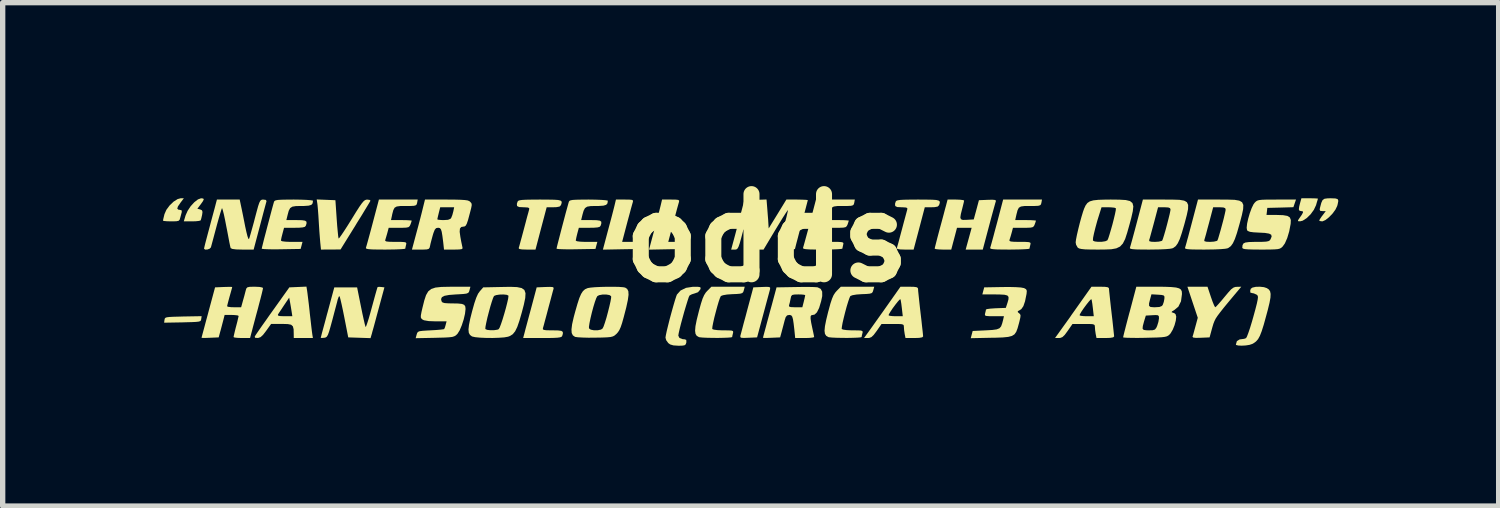
<source format=kicad_pcb>
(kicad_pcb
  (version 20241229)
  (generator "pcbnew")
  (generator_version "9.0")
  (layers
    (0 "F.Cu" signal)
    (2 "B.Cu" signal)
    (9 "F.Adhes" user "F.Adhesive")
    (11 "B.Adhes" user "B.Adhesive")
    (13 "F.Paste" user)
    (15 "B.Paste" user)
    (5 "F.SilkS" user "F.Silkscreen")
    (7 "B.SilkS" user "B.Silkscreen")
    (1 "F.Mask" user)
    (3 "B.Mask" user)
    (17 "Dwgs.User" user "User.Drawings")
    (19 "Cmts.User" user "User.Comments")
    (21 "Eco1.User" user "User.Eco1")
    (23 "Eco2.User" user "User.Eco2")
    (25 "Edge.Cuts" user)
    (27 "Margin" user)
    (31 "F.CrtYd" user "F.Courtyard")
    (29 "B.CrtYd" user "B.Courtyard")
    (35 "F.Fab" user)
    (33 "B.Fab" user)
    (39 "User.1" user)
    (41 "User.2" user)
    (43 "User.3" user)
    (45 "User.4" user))
  (footprint "odds"
    (layer "F.Cu")
    (at 11.297 1.404)
    (property "Reference" "odds" (at 0 0 0) (layer "F.SilkS") (effects (font (size 1.5 1.5) (thickness 0.3))))
    (attr board_only exclude_from_pos_files exclude_from_bom)
    (fp_poly (pts (xy -10.582 1.516) (xy -10.586 1.538) (xy -10.598 1.553) (xy -10.625 1.563) (xy -10.675 1.569) (xy -10.754 1.573) (xy -10.87 1.576) (xy -10.933 1.578) (xy -11.276 1.584) (xy -11.269 1.53) (xy -11.264 1.508) (xy -11.252 1.493) (xy -11.225 1.483) (xy -11.176 1.477) (xy -11.097 1.473) (xy -10.98 1.47) (xy -10.917 1.468) (xy -10.574 1.462)) (stroke (width 0) (type solid)) (fill yes) (layer "F.SilkS"))
    (fp_poly (pts (xy -10.544 -0.739) (xy -10.534 -0.722) (xy -10.554 -0.683) (xy -10.592 -0.63) (xy -10.654 -0.548) (xy -10.602 -0.535) (xy -10.568 -0.519) (xy -10.558 -0.488) (xy -10.565 -0.435) (xy -10.579 -0.373) (xy -10.591 -0.333) (xy -10.593 -0.33) (xy -10.621 -0.321) (xy -10.683 -0.314) (xy -10.756 -0.312) (xy -10.908 -0.312) (xy -10.874 -0.425) (xy -10.836 -0.51) (xy -10.779 -0.596) (xy -10.711 -0.67) (xy -10.643 -0.723) (xy -10.585 -0.744) (xy -10.584 -0.744)) (stroke (width 0) (type solid)) (fill yes) (layer "F.SilkS"))
    (fp_poly (pts (xy 0.044 0.916) (xy 0.063 0.927) (xy 0.063 0.95) (xy 0.06 0.964) (xy 0.049 1.005) (xy 0.028 1.083) (xy -0.001 1.19) (xy -0.035 1.317) (xy -0.068 1.439) (xy -0.181 1.859) (xy -0.343 1.866) (xy -0.429 1.869) (xy -0.476 1.866) (xy -0.494 1.855) (xy -0.494 1.832) (xy -0.491 1.818) (xy -0.48 1.778) (xy -0.459 1.699) (xy -0.431 1.592) (xy -0.396 1.465) (xy -0.364 1.343) (xy -0.251 0.923) (xy -0.089 0.916) (xy -0.003 0.913)) (stroke (width 0) (type solid)) (fill yes) (layer "F.SilkS"))
    (fp_poly (pts (xy -2.57 -0.719) (xy -2.522 -0.714) (xy -2.503 -0.702) (xy -2.504 -0.679) (xy -2.508 -0.666) (xy -2.52 -0.624) (xy -2.542 -0.545) (xy -2.57 -0.44) (xy -2.603 -0.319) (xy -2.616 -0.27) (xy -2.706 0.072) (xy -2.506 0.072) (xy -2.307 0.072) (xy -2.324 0.138) (xy -2.342 0.204) (xy -2.704 0.21) (xy -3.066 0.217) (xy -2.972 -0.137) (xy -2.936 -0.271) (xy -2.902 -0.399) (xy -2.874 -0.507) (xy -2.854 -0.586) (xy -2.849 -0.606) (xy -2.822 -0.72) (xy -2.657 -0.72)) (stroke (width 0) (type solid)) (fill yes) (layer "F.SilkS"))
    (fp_poly (pts (xy -1.707 -0.719) (xy -1.659 -0.714) (xy -1.64 -0.702) (xy -1.641 -0.679) (xy -1.645 -0.666) (xy -1.657 -0.624) (xy -1.679 -0.545) (xy -1.707 -0.44) (xy -1.74 -0.319) (xy -1.752 -0.27) (xy -1.843 0.072) (xy -1.643 0.072) (xy -1.443 0.072) (xy -1.461 0.138) (xy -1.478 0.204) (xy -1.841 0.21) (xy -2.203 0.217) (xy -2.108 -0.137) (xy -2.072 -0.271) (xy -2.039 -0.399) (xy -2.011 -0.507) (xy -1.991 -0.586) (xy -1.986 -0.606) (xy -1.959 -0.72) (xy -1.793 -0.72)) (stroke (width 0) (type solid)) (fill yes) (layer "F.SilkS"))
    (fp_poly (pts (xy 10.238 -0.743) (xy 10.293 -0.74) (xy 10.313 -0.738) (xy 10.307 -0.713) (xy 10.29 -0.658) (xy 10.278 -0.615) (xy 10.237 -0.528) (xy 10.175 -0.443) (xy 10.102 -0.372) (xy 10.029 -0.325) (xy 9.981 -0.313) (xy 9.942 -0.315) (xy 9.941 -0.333) (xy 9.963 -0.366) (xy 10.012 -0.437) (xy 10.034 -0.479) (xy 10.032 -0.498) (xy 10.006 -0.504) (xy 10.003 -0.504) (xy 9.969 -0.51) (xy 9.956 -0.536) (xy 9.963 -0.59) (xy 9.979 -0.654) (xy 10.004 -0.744) (xy 10.159 -0.744)) (stroke (width 0) (type solid)) (fill yes) (layer "F.SilkS"))
    (fp_poly (pts (xy -10.97 -0.661) (xy -11.018 -0.591) (xy -11.03 -0.549) (xy -11.007 -0.53) (xy -10.983 -0.528) (xy -10.947 -0.517) (xy -10.946 -0.486) (xy -10.961 -0.43) (xy -10.975 -0.378) (xy -10.986 -0.342) (xy -11.006 -0.322) (xy -11.048 -0.314) (xy -11.124 -0.312) (xy -11.144 -0.312) (xy -11.222 -0.314) (xy -11.278 -0.319) (xy -11.297 -0.325) (xy -11.292 -0.355) (xy -11.278 -0.413) (xy -11.27 -0.446) (xy -11.234 -0.528) (xy -11.173 -0.61) (xy -11.099 -0.681) (xy -11.023 -0.729) (xy -10.967 -0.744) (xy -10.907 -0.744)) (stroke (width 0) (type solid)) (fill yes) (layer "F.SilkS"))
    (fp_poly (pts (xy 10.638 -0.741) (xy 10.682 -0.729) (xy 10.695 -0.696) (xy 10.683 -0.634) (xy 10.674 -0.601) (xy 10.641 -0.532) (xy 10.586 -0.457) (xy 10.519 -0.388) (xy 10.453 -0.336) (xy 10.398 -0.312) (xy 10.392 -0.312) (xy 10.35 -0.318) (xy 10.337 -0.328) (xy 10.351 -0.355) (xy 10.384 -0.404) (xy 10.399 -0.423) (xy 10.46 -0.504) (xy 10.398 -0.504) (xy 10.355 -0.509) (xy 10.346 -0.536) (xy 10.353 -0.57) (xy 10.376 -0.658) (xy 10.4 -0.71) (xy 10.436 -0.735) (xy 10.496 -0.743) (xy 10.553 -0.744)) (stroke (width 0) (type solid)) (fill yes) (layer "F.SilkS"))
    (fp_poly (pts (xy 8.311 1.103) (xy 8.342 1.191) (xy 8.369 1.257) (xy 8.388 1.292) (xy 8.392 1.295) (xy 8.413 1.278) (xy 8.457 1.23) (xy 8.517 1.161) (xy 8.564 1.104) (xy 8.637 1.017) (xy 8.689 0.96) (xy 8.73 0.929) (xy 8.767 0.915) (xy 8.799 0.913) (xy 8.879 0.911) (xy 8.753 1.061) (xy 8.637 1.2) (xy 8.548 1.308) (xy 8.482 1.392) (xy 8.433 1.457) (xy 8.399 1.509) (xy 8.376 1.556) (xy 8.358 1.602) (xy 8.342 1.655) (xy 8.334 1.683) (xy 8.286 1.859) (xy 8.121 1.866) (xy 8.032 1.868) (xy 7.983 1.863) (xy 7.967 1.85) (xy 7.968 1.842) (xy 7.98 1.804) (xy 7.999 1.735) (xy 8.022 1.651) (xy 8.065 1.492) (xy 7.968 1.202) (xy 7.871 0.911) (xy 8.059 0.911) (xy 8.247 0.911)) (stroke (width 0) (type solid)) (fill yes) (layer "F.SilkS"))
    (fp_poly (pts (xy -4.007 0.917) (xy -3.989 0.928) (xy -3.989 0.95) (xy -3.99 0.952) (xy -4.001 0.99) (xy -4.021 1.065) (xy -4.048 1.167) (xy -4.08 1.285) (xy -4.089 1.319) (xy -4.121 1.44) (xy -4.15 1.547) (xy -4.172 1.63) (xy -4.186 1.679) (xy -4.188 1.685) (xy -4.189 1.706) (xy -4.173 1.718) (xy -4.129 1.725) (xy -4.05 1.727) (xy -4.007 1.727) (xy -3.905 1.729) (xy -3.843 1.737) (xy -3.816 1.757) (xy -3.815 1.791) (xy -3.828 1.833) (xy -3.84 1.848) (xy -3.868 1.858) (xy -3.918 1.865) (xy -3.998 1.869) (xy -4.114 1.871) (xy -4.2 1.871) (xy -4.558 1.871) (xy -4.544 1.817) (xy -4.533 1.777) (xy -4.513 1.699) (xy -4.484 1.592) (xy -4.45 1.465) (xy -4.417 1.343) (xy -4.305 0.923) (xy -4.141 0.916) (xy -4.055 0.914)) (stroke (width 0) (type solid)) (fill yes) (layer "F.SilkS"))
    (fp_poly (pts (xy -8.246 -0.715) (xy -8.071 -0.708) (xy -8.047 -0.356) (xy -8.038 -0.231) (xy -8.028 -0.124) (xy -8.02 -0.043) (xy -8.013 0.002) (xy -8.01 0.009) (xy -7.994 -0.007) (xy -7.958 -0.057) (xy -7.905 -0.136) (xy -7.84 -0.237) (xy -7.77 -0.349) (xy -7.689 -0.481) (xy -7.627 -0.578) (xy -7.581 -0.644) (xy -7.546 -0.686) (xy -7.518 -0.709) (xy -7.492 -0.718) (xy -7.475 -0.719) (xy -7.429 -0.713) (xy -7.415 -0.698) (xy -7.43 -0.672) (xy -7.466 -0.612) (xy -7.52 -0.523) (xy -7.587 -0.412) (xy -7.666 -0.286) (xy -7.699 -0.231) (xy -7.975 0.214) (xy -8.158 0.215) (xy -8.341 0.216) (xy -8.355 0.078) (xy -8.362 -0.007) (xy -8.371 -0.122) (xy -8.379 -0.247) (xy -8.383 -0.312) (xy -8.39 -0.426) (xy -8.398 -0.531) (xy -8.405 -0.611) (xy -8.409 -0.643) (xy -8.421 -0.722)) (stroke (width 0) (type solid)) (fill yes) (layer "F.SilkS"))
    (fp_poly (pts (xy -4.09 -0.719) (xy -3.979 -0.717) (xy -3.904 -0.712) (xy -3.859 -0.701) (xy -3.839 -0.684) (xy -3.837 -0.659) (xy -3.848 -0.624) (xy -3.852 -0.614) (xy -3.877 -0.589) (xy -3.934 -0.578) (xy -3.992 -0.576) (xy -4.118 -0.576) (xy -4.223 -0.18) (xy -4.327 0.216) (xy -4.489 0.216) (xy -4.58 0.213) (xy -4.629 0.205) (xy -4.642 0.189) (xy -4.641 0.186) (xy -4.631 0.153) (xy -4.612 0.083) (xy -4.585 -0.015) (xy -4.554 -0.131) (xy -4.544 -0.168) (xy -4.512 -0.289) (xy -4.484 -0.396) (xy -4.461 -0.478) (xy -4.448 -0.527) (xy -4.446 -0.534) (xy -4.445 -0.559) (xy -4.469 -0.571) (xy -4.526 -0.575) (xy -4.556 -0.576) (xy -4.634 -0.58) (xy -4.672 -0.599) (xy -4.676 -0.639) (xy -4.662 -0.682) (xy -4.651 -0.696) (xy -4.625 -0.706) (xy -4.578 -0.713) (xy -4.503 -0.717) (xy -4.393 -0.719) (xy -4.243 -0.72)) (stroke (width 0) (type solid)) (fill yes) (layer "F.SilkS"))
    (fp_poly (pts (xy 2.986 -0.719) (xy 3.097 -0.717) (xy 3.172 -0.712) (xy 3.216 -0.701) (xy 3.236 -0.684) (xy 3.238 -0.659) (xy 3.227 -0.624) (xy 3.223 -0.614) (xy 3.199 -0.589) (xy 3.142 -0.578) (xy 3.083 -0.576) (xy 2.957 -0.576) (xy 2.853 -0.18) (xy 2.748 0.216) (xy 2.586 0.216) (xy 2.496 0.213) (xy 2.447 0.205) (xy 2.434 0.189) (xy 2.435 0.186) (xy 2.444 0.153) (xy 2.464 0.083) (xy 2.49 -0.015) (xy 2.521 -0.131) (xy 2.531 -0.168) (xy 2.563 -0.289) (xy 2.592 -0.396) (xy 2.614 -0.478) (xy 2.627 -0.527) (xy 2.629 -0.534) (xy 2.63 -0.559) (xy 2.607 -0.571) (xy 2.549 -0.575) (xy 2.52 -0.576) (xy 2.441 -0.58) (xy 2.404 -0.599) (xy 2.4 -0.639) (xy 2.413 -0.682) (xy 2.424 -0.696) (xy 2.45 -0.706) (xy 2.497 -0.713) (xy 2.573 -0.717) (xy 2.682 -0.719) (xy 2.833 -0.72)) (stroke (width 0) (type solid)) (fill yes) (layer "F.SilkS"))
    (fp_poly (pts (xy -1.285 0.913) (xy -1.247 0.919) (xy -1.236 0.935) (xy -1.245 0.965) (xy -1.287 1.014) (xy -1.342 1.034) (xy -1.403 1.053) (xy -1.444 1.075) (xy -1.444 1.075) (xy -1.459 1.105) (xy -1.481 1.172) (xy -1.51 1.266) (xy -1.543 1.376) (xy -1.575 1.492) (xy -1.606 1.606) (xy -1.631 1.706) (xy -1.648 1.782) (xy -1.655 1.826) (xy -1.655 1.826) (xy -1.634 1.869) (xy -1.575 1.892) (xy -1.536 1.895) (xy -1.506 1.906) (xy -1.504 1.948) (xy -1.505 1.955) (xy -1.516 1.989) (xy -1.539 2.007) (xy -1.587 2.014) (xy -1.653 2.015) (xy -1.746 2.009) (xy -1.807 1.991) (xy -1.842 1.966) (xy -1.881 1.913) (xy -1.895 1.864) (xy -1.888 1.819) (xy -1.871 1.738) (xy -1.845 1.632) (xy -1.815 1.512) (xy -1.781 1.387) (xy -1.748 1.269) (xy -1.718 1.167) (xy -1.694 1.092) (xy -1.681 1.058) (xy -1.613 0.982) (xy -1.511 0.932) (xy -1.381 0.912) (xy -1.362 0.912)) (stroke (width 0) (type solid)) (fill yes) (layer "F.SilkS"))
    (fp_poly (pts (xy 9.303 0.919) (xy 9.357 0.937) (xy 9.394 0.962) (xy 9.418 0.996) (xy 9.428 1.045) (xy 9.425 1.115) (xy 9.407 1.213) (xy 9.375 1.345) (xy 9.343 1.463) (xy 9.299 1.623) (xy 9.261 1.743) (xy 9.227 1.83) (xy 9.193 1.892) (xy 9.154 1.936) (xy 9.108 1.969) (xy 9.086 1.981) (xy 9.032 1.999) (xy 8.961 2.01) (xy 8.885 2.014) (xy 8.822 2.011) (xy 8.783 2.001) (xy 8.778 1.993) (xy 8.797 1.928) (xy 8.848 1.897) (xy 8.871 1.894) (xy 8.932 1.886) (xy 8.968 1.873) (xy 8.985 1.844) (xy 9.011 1.776) (xy 9.044 1.679) (xy 9.08 1.56) (xy 9.105 1.472) (xy 9.144 1.33) (xy 9.17 1.228) (xy 9.185 1.157) (xy 9.191 1.112) (xy 9.188 1.084) (xy 9.176 1.067) (xy 9.169 1.061) (xy 9.115 1.036) (xy 9.086 1.031) (xy 9.049 1.021) (xy 9.046 0.984) (xy 9.057 0.949) (xy 9.088 0.927) (xy 9.151 0.913) (xy 9.228 0.911)) (stroke (width 0) (type solid)) (fill yes) (layer "F.SilkS"))
    (fp_poly (pts (xy 3.618 -0.717) (xy 3.674 -0.71) (xy 3.693 -0.702) (xy 3.687 -0.67) (xy 3.672 -0.608) (xy 3.658 -0.552) (xy 3.632 -0.45) (xy 3.622 -0.386) (xy 3.633 -0.352) (xy 3.668 -0.339) (xy 3.73 -0.34) (xy 3.747 -0.341) (xy 3.873 -0.348) (xy 3.922 -0.528) (xy 3.97 -0.708) (xy 4.135 -0.715) (xy 4.223 -0.717) (xy 4.272 -0.712) (xy 4.288 -0.7) (xy 4.287 -0.689) (xy 4.277 -0.657) (xy 4.257 -0.585) (xy 4.229 -0.484) (xy 4.195 -0.359) (xy 4.158 -0.22) (xy 4.042 0.216) (xy 3.882 0.216) (xy 3.722 0.216) (xy 3.778 0.012) (xy 3.834 -0.192) (xy 3.697 -0.192) (xy 3.56 -0.192) (xy 3.53 -0.078) (xy 3.506 0.013) (xy 3.482 0.102) (xy 3.476 0.126) (xy 3.452 0.216) (xy 3.297 0.216) (xy 3.218 0.213) (xy 3.162 0.207) (xy 3.142 0.198) (xy 3.148 0.17) (xy 3.165 0.103) (xy 3.189 0.008) (xy 3.22 -0.109) (xy 3.239 -0.18) (xy 3.275 -0.312) (xy 3.308 -0.435) (xy 3.335 -0.538) (xy 3.355 -0.61) (xy 3.36 -0.63) (xy 3.384 -0.72) (xy 3.539 -0.72)) (stroke (width 0) (type solid)) (fill yes) (layer "F.SilkS"))
    (fp_poly (pts (xy -0.429 0.977) (xy -0.44 1.01) (xy -0.459 1.03) (xy -0.496 1.041) (xy -0.561 1.047) (xy -0.641 1.05) (xy -0.744 1.057) (xy -0.819 1.07) (xy -0.858 1.085) (xy -0.859 1.086) (xy -0.876 1.122) (xy -0.9 1.192) (xy -0.927 1.284) (xy -0.955 1.388) (xy -0.982 1.492) (xy -1.003 1.586) (xy -1.017 1.659) (xy -1.02 1.7) (xy -1.019 1.703) (xy -0.99 1.714) (xy -0.925 1.723) (xy -0.837 1.727) (xy -0.811 1.727) (xy -0.716 1.728) (xy -0.66 1.731) (xy -0.633 1.741) (xy -0.628 1.759) (xy -0.632 1.781) (xy -0.644 1.831) (xy -0.647 1.853) (xy -0.67 1.859) (xy -0.729 1.864) (xy -0.815 1.867) (xy -0.916 1.869) (xy -1.022 1.868) (xy -1.121 1.866) (xy -1.204 1.862) (xy -1.259 1.856) (xy -1.271 1.853) (xy -1.31 1.83) (xy -1.333 1.793) (xy -1.341 1.735) (xy -1.334 1.65) (xy -1.311 1.533) (xy -1.272 1.377) (xy -1.267 1.357) (xy -1.231 1.227) (xy -1.201 1.134) (xy -1.172 1.069) (xy -1.141 1.02) (xy -1.113 0.989) (xy -1.036 0.911) (xy -0.724 0.911) (xy -0.412 0.911)) (stroke (width 0) (type solid)) (fill yes) (layer "F.SilkS"))
    (fp_poly (pts (xy 1.993 0.977) (xy 1.982 1.01) (xy 1.964 1.03) (xy 1.927 1.041) (xy 1.861 1.047) (xy 1.781 1.05) (xy 1.679 1.057) (xy 1.603 1.07) (xy 1.565 1.085) (xy 1.564 1.086) (xy 1.547 1.122) (xy 1.523 1.192) (xy 1.495 1.284) (xy 1.467 1.388) (xy 1.441 1.492) (xy 1.419 1.586) (xy 1.406 1.659) (xy 1.402 1.7) (xy 1.403 1.703) (xy 1.433 1.714) (xy 1.497 1.723) (xy 1.585 1.727) (xy 1.611 1.727) (xy 1.707 1.728) (xy 1.763 1.731) (xy 1.789 1.741) (xy 1.795 1.759) (xy 1.79 1.781) (xy 1.778 1.831) (xy 1.775 1.853) (xy 1.753 1.859) (xy 1.693 1.864) (xy 1.608 1.867) (xy 1.507 1.869) (xy 1.401 1.868) (xy 1.301 1.866) (xy 1.219 1.862) (xy 1.164 1.856) (xy 1.151 1.853) (xy 1.113 1.83) (xy 1.089 1.793) (xy 1.081 1.735) (xy 1.089 1.65) (xy 1.112 1.533) (xy 1.15 1.377) (xy 1.156 1.357) (xy 1.191 1.227) (xy 1.222 1.134) (xy 1.25 1.069) (xy 1.282 1.02) (xy 1.309 0.989) (xy 1.386 0.911) (xy 1.698 0.911) (xy 2.011 0.911)) (stroke (width 0) (type solid)) (fill yes) (layer "F.SilkS"))
    (fp_poly (pts (xy -8.6 0.988) (xy -8.593 1.041) (xy -8.582 1.13) (xy -8.568 1.244) (xy -8.554 1.371) (xy -8.551 1.403) (xy -8.536 1.531) (xy -8.523 1.646) (xy -8.512 1.738) (xy -8.504 1.797) (xy -8.503 1.805) (xy -8.492 1.871) (xy -8.671 1.871) (xy -8.85 1.871) (xy -8.851 1.793) (xy -8.853 1.706) (xy -8.867 1.652) (xy -8.9 1.622) (xy -8.961 1.61) (xy -9.061 1.607) (xy -9.077 1.607) (xy -9.274 1.607) (xy -9.368 1.738) (xy -9.426 1.813) (xy -9.471 1.854) (xy -9.514 1.869) (xy -9.529 1.87) (xy -9.574 1.866) (xy -9.581 1.847) (xy -9.572 1.829) (xy -9.552 1.798) (xy -9.508 1.734) (xy -9.445 1.643) (xy -9.367 1.533) (xy -9.297 1.433) (xy -9.147 1.433) (xy -9.145 1.45) (xy -9.11 1.46) (xy -9.033 1.463) (xy -9.021 1.463) (xy -8.877 1.463) (xy -8.891 1.373) (xy -8.905 1.286) (xy -8.92 1.2) (xy -8.92 1.199) (xy -8.936 1.115) (xy -9.033 1.259) (xy -9.083 1.335) (xy -9.124 1.396) (xy -9.147 1.432) (xy -9.147 1.433) (xy -9.297 1.433) (xy -9.279 1.408) (xy -9.241 1.355) (xy -8.933 0.923) (xy -8.773 0.916) (xy -8.613 0.909)) (stroke (width 0) (type solid)) (fill yes) (layer "F.SilkS"))
    (fp_poly (pts (xy -8.72 -0.718) (xy -8.613 -0.714) (xy -8.536 -0.708) (xy -8.495 -0.701) (xy -8.491 -0.698) (xy -8.497 -0.65) (xy -8.521 -0.621) (xy -8.572 -0.606) (xy -8.659 -0.6) (xy -8.706 -0.6) (xy -8.81 -0.598) (xy -8.877 -0.587) (xy -8.918 -0.56) (xy -8.944 -0.511) (xy -8.964 -0.438) (xy -8.989 -0.336) (xy -8.8 -0.336) (xy -8.699 -0.334) (xy -8.639 -0.325) (xy -8.612 -0.305) (xy -8.612 -0.269) (xy -8.625 -0.23) (xy -8.642 -0.21) (xy -8.682 -0.199) (xy -8.752 -0.193) (xy -8.836 -0.192) (xy -9.032 -0.192) (xy -9.061 -0.084) (xy -9.079 -0.014) (xy -9.089 0.037) (xy -9.09 0.048) (xy -9.068 0.06) (xy -9.007 0.068) (xy -8.916 0.072) (xy -8.888 0.072) (xy -8.687 0.072) (xy -8.704 0.138) (xy -8.722 0.204) (xy -9.086 0.21) (xy -9.212 0.212) (xy -9.319 0.21) (xy -9.399 0.207) (xy -9.444 0.202) (xy -9.45 0.199) (xy -9.444 0.172) (xy -9.428 0.107) (xy -9.405 0.015) (xy -9.375 -0.098) (xy -9.343 -0.221) (xy -9.31 -0.345) (xy -9.279 -0.463) (xy -9.252 -0.564) (xy -9.231 -0.64) (xy -9.22 -0.678) (xy -9.21 -0.694) (xy -9.189 -0.705) (xy -9.148 -0.713) (xy -9.081 -0.717) (xy -8.979 -0.719) (xy -8.849 -0.72)) (stroke (width 0) (type solid)) (fill yes) (layer "F.SilkS"))
    (fp_poly (pts (xy -7.213 0.916) (xy -7.154 0.923) (xy -7.258 1.307) (xy -7.295 1.443) (xy -7.329 1.57) (xy -7.358 1.677) (xy -7.38 1.754) (xy -7.387 1.782) (xy -7.414 1.873) (xy -7.622 1.866) (xy -7.831 1.859) (xy -7.905 1.481) (xy -7.931 1.352) (xy -7.955 1.24) (xy -7.975 1.154) (xy -7.989 1.101) (xy -7.994 1.088) (xy -8.009 1.098) (xy -8.025 1.141) (xy -8.026 1.142) (xy -8.038 1.191) (xy -8.06 1.274) (xy -8.089 1.383) (xy -8.121 1.505) (xy -8.129 1.535) (xy -8.164 1.663) (xy -8.19 1.753) (xy -8.211 1.81) (xy -8.23 1.843) (xy -8.25 1.859) (xy -8.275 1.866) (xy -8.281 1.866) (xy -8.328 1.87) (xy -8.346 1.866) (xy -8.339 1.842) (xy -8.323 1.778) (xy -8.297 1.683) (xy -8.264 1.562) (xy -8.227 1.422) (xy -8.218 1.391) (xy -8.092 0.923) (xy -7.879 0.923) (xy -7.665 0.923) (xy -7.592 1.287) (xy -7.566 1.414) (xy -7.542 1.523) (xy -7.523 1.606) (xy -7.509 1.656) (xy -7.505 1.665) (xy -7.495 1.648) (xy -7.475 1.592) (xy -7.447 1.504) (xy -7.415 1.391) (xy -7.391 1.303) (xy -7.356 1.175) (xy -7.326 1.066) (xy -7.302 0.981) (xy -7.286 0.929) (xy -7.281 0.917) (xy -7.253 0.913)) (stroke (width 0) (type solid)) (fill yes) (layer "F.SilkS"))
    (fp_poly (pts (xy -3.204 -0.718) (xy -3.097 -0.714) (xy -3.019 -0.708) (xy -2.978 -0.701) (xy -2.974 -0.698) (xy -2.98 -0.65) (xy -3.005 -0.621) (xy -3.056 -0.606) (xy -3.142 -0.6) (xy -3.19 -0.6) (xy -3.294 -0.598) (xy -3.361 -0.587) (xy -3.401 -0.56) (xy -3.427 -0.511) (xy -3.448 -0.438) (xy -3.473 -0.336) (xy -3.283 -0.336) (xy -3.182 -0.334) (xy -3.122 -0.325) (xy -3.096 -0.305) (xy -3.096 -0.269) (xy -3.109 -0.23) (xy -3.126 -0.21) (xy -3.165 -0.199) (xy -3.236 -0.193) (xy -3.319 -0.192) (xy -3.516 -0.192) (xy -3.545 -0.084) (xy -3.562 -0.014) (xy -3.572 0.037) (xy -3.574 0.048) (xy -3.551 0.06) (xy -3.49 0.068) (xy -3.4 0.072) (xy -3.372 0.072) (xy -3.17 0.072) (xy -3.188 0.138) (xy -3.205 0.204) (xy -3.569 0.21) (xy -3.695 0.212) (xy -3.802 0.21) (xy -3.882 0.207) (xy -3.927 0.202) (xy -3.933 0.199) (xy -3.928 0.172) (xy -3.912 0.107) (xy -3.888 0.015) (xy -3.859 -0.098) (xy -3.827 -0.221) (xy -3.794 -0.345) (xy -3.763 -0.463) (xy -3.735 -0.564) (xy -3.714 -0.64) (xy -3.703 -0.678) (xy -3.694 -0.694) (xy -3.672 -0.705) (xy -3.632 -0.713) (xy -3.564 -0.717) (xy -3.463 -0.719) (xy -3.332 -0.72)) (stroke (width 0) (type solid)) (fill yes) (layer "F.SilkS"))
    (fp_poly (pts (xy 2.754 0.913) (xy 2.804 0.92) (xy 2.826 0.934) (xy 2.831 0.953) (xy 2.833 0.99) (xy 2.841 1.066) (xy 2.852 1.172) (xy 2.866 1.299) (xy 2.878 1.403) (xy 2.894 1.539) (xy 2.907 1.66) (xy 2.918 1.756) (xy 2.924 1.819) (xy 2.926 1.841) (xy 2.908 1.858) (xy 2.851 1.868) (xy 2.761 1.871) (xy 2.596 1.871) (xy 2.581 1.796) (xy 2.57 1.722) (xy 2.566 1.664) (xy 2.564 1.637) (xy 2.552 1.62) (xy 2.519 1.611) (xy 2.458 1.608) (xy 2.357 1.608) (xy 2.357 1.608) (xy 2.147 1.609) (xy 2.056 1.74) (xy 2.001 1.813) (xy 1.959 1.853) (xy 1.919 1.869) (xy 1.892 1.871) (xy 1.82 1.871) (xy 1.92 1.733) (xy 1.968 1.666) (xy 2.036 1.57) (xy 2.118 1.455) (xy 2.125 1.445) (xy 2.279 1.445) (xy 2.3 1.455) (xy 2.356 1.461) (xy 2.412 1.463) (xy 2.545 1.463) (xy 2.528 1.313) (xy 2.518 1.232) (xy 2.508 1.17) (xy 2.501 1.144) (xy 2.484 1.154) (xy 2.449 1.193) (xy 2.404 1.25) (xy 2.356 1.315) (xy 2.315 1.377) (xy 2.286 1.425) (xy 2.279 1.445) (xy 2.125 1.445) (xy 2.206 1.331) (xy 2.261 1.253) (xy 2.502 0.911) (xy 2.666 0.911)) (stroke (width 0) (type solid)) (fill yes) (layer "F.SilkS"))
    (fp_poly (pts (xy 6.328 0.913) (xy 6.378 0.92) (xy 6.4 0.934) (xy 6.404 0.953) (xy 6.407 0.99) (xy 6.415 1.066) (xy 6.426 1.172) (xy 6.44 1.299) (xy 6.452 1.403) (xy 6.468 1.539) (xy 6.481 1.66) (xy 6.491 1.756) (xy 6.498 1.819) (xy 6.5 1.841) (xy 6.482 1.858) (xy 6.425 1.868) (xy 6.335 1.871) (xy 6.17 1.871) (xy 6.155 1.796) (xy 6.144 1.722) (xy 6.14 1.664) (xy 6.138 1.637) (xy 6.125 1.62) (xy 6.093 1.611) (xy 6.031 1.608) (xy 5.931 1.608) (xy 5.93 1.608) (xy 5.72 1.609) (xy 5.629 1.74) (xy 5.575 1.813) (xy 5.533 1.853) (xy 5.492 1.869) (xy 5.466 1.871) (xy 5.394 1.871) (xy 5.493 1.733) (xy 5.541 1.666) (xy 5.61 1.57) (xy 5.692 1.455) (xy 5.698 1.445) (xy 5.853 1.445) (xy 5.874 1.455) (xy 5.93 1.461) (xy 5.985 1.463) (xy 6.119 1.463) (xy 6.102 1.313) (xy 6.092 1.232) (xy 6.082 1.17) (xy 6.075 1.144) (xy 6.058 1.154) (xy 6.023 1.193) (xy 5.978 1.25) (xy 5.93 1.315) (xy 5.888 1.377) (xy 5.86 1.425) (xy 5.853 1.445) (xy 5.698 1.445) (xy 5.779 1.331) (xy 5.834 1.253) (xy 6.076 0.911) (xy 6.24 0.911)) (stroke (width 0) (type solid)) (fill yes) (layer "F.SilkS"))
    (fp_poly (pts (xy 7.596 -0.719) (xy 7.722 -0.715) (xy 7.81 -0.7) (xy 7.862 -0.67) (xy 7.885 -0.619) (xy 7.883 -0.541) (xy 7.86 -0.432) (xy 7.821 -0.284) (xy 7.811 -0.248) (xy 7.766 -0.094) (xy 7.728 0.019) (xy 7.691 0.098) (xy 7.653 0.151) (xy 7.61 0.183) (xy 7.588 0.193) (xy 7.544 0.201) (xy 7.462 0.208) (xy 7.351 0.213) (xy 7.223 0.215) (xy 7.155 0.216) (xy 7.012 0.215) (xy 6.91 0.213) (xy 6.844 0.208) (xy 6.808 0.201) (xy 6.795 0.19) (xy 6.795 0.182) (xy 6.805 0.149) (xy 6.825 0.078) (xy 6.836 0.039) (xy 7.155 0.039) (xy 7.159 0.059) (xy 7.195 0.069) (xy 7.263 0.072) (xy 7.336 0.067) (xy 7.387 0.055) (xy 7.4 0.047) (xy 7.414 0.011) (xy 7.436 -0.06) (xy 7.463 -0.153) (xy 7.491 -0.257) (xy 7.517 -0.359) (xy 7.539 -0.448) (xy 7.552 -0.511) (xy 7.555 -0.534) (xy 7.546 -0.559) (xy 7.513 -0.572) (xy 7.443 -0.576) (xy 7.438 -0.576) (xy 7.322 -0.576) (xy 7.245 -0.285) (xy 7.214 -0.171) (xy 7.187 -0.072) (xy 7.167 0.001) (xy 7.155 0.038) (xy 7.155 0.039) (xy 6.836 0.039) (xy 6.853 -0.024) (xy 6.887 -0.149) (xy 6.923 -0.285) (xy 7.038 -0.72) (xy 7.427 -0.72)) (stroke (width 0) (type solid)) (fill yes) (layer "F.SilkS"))
    (fp_poly (pts (xy 8.628 -0.719) (xy 8.754 -0.715) (xy 8.841 -0.7) (xy 8.894 -0.67) (xy 8.917 -0.619) (xy 8.914 -0.541) (xy 8.891 -0.432) (xy 8.852 -0.284) (xy 8.842 -0.248) (xy 8.798 -0.094) (xy 8.759 0.019) (xy 8.722 0.098) (xy 8.684 0.151) (xy 8.641 0.183) (xy 8.62 0.193) (xy 8.575 0.201) (xy 8.493 0.208) (xy 8.383 0.213) (xy 8.254 0.215) (xy 8.187 0.216) (xy 8.043 0.215) (xy 7.941 0.213) (xy 7.875 0.208) (xy 7.839 0.201) (xy 7.826 0.19) (xy 7.827 0.182) (xy 7.837 0.149) (xy 7.857 0.078) (xy 7.867 0.039) (xy 8.186 0.039) (xy 8.19 0.059) (xy 8.227 0.069) (xy 8.295 0.072) (xy 8.367 0.067) (xy 8.418 0.055) (xy 8.432 0.047) (xy 8.446 0.011) (xy 8.467 -0.06) (xy 8.494 -0.153) (xy 8.522 -0.257) (xy 8.549 -0.359) (xy 8.57 -0.448) (xy 8.584 -0.511) (xy 8.586 -0.534) (xy 8.578 -0.559) (xy 8.544 -0.572) (xy 8.474 -0.576) (xy 8.47 -0.576) (xy 8.353 -0.576) (xy 8.276 -0.285) (xy 8.245 -0.171) (xy 8.219 -0.072) (xy 8.198 0.001) (xy 8.187 0.038) (xy 8.186 0.039) (xy 7.867 0.039) (xy 7.885 -0.024) (xy 7.918 -0.149) (xy 7.954 -0.285) (xy 8.069 -0.72) (xy 8.458 -0.72)) (stroke (width 0) (type solid)) (fill yes) (layer "F.SilkS"))
    (fp_poly (pts (xy -6.542 -0.66) (xy -6.55 -0.63) (xy -6.567 -0.613) (xy -6.602 -0.603) (xy -6.667 -0.6) (xy -6.755 -0.6) (xy -6.858 -0.599) (xy -6.924 -0.59) (xy -6.964 -0.567) (xy -6.988 -0.521) (xy -7.008 -0.445) (xy -7.014 -0.414) (xy -7.031 -0.336) (xy -6.838 -0.336) (xy -6.748 -0.335) (xy -6.68 -0.331) (xy -6.646 -0.327) (xy -6.644 -0.325) (xy -6.651 -0.298) (xy -6.667 -0.253) (xy -6.682 -0.223) (xy -6.703 -0.204) (xy -6.744 -0.195) (xy -6.813 -0.192) (xy -6.882 -0.192) (xy -7.074 -0.192) (xy -7.1 -0.094) (xy -7.12 -0.025) (xy -7.136 0.029) (xy -7.139 0.037) (xy -7.138 0.054) (xy -7.113 0.065) (xy -7.057 0.07) (xy -6.961 0.072) (xy -6.943 0.072) (xy -6.843 0.072) (xy -6.782 0.076) (xy -6.752 0.084) (xy -6.744 0.1) (xy -6.748 0.125) (xy -6.749 0.126) (xy -6.76 0.176) (xy -6.763 0.198) (xy -6.786 0.204) (xy -6.849 0.209) (xy -6.943 0.213) (xy -7.061 0.215) (xy -7.138 0.216) (xy -7.282 0.215) (xy -7.384 0.213) (xy -7.45 0.208) (xy -7.487 0.201) (xy -7.5 0.19) (xy -7.5 0.182) (xy -7.49 0.149) (xy -7.47 0.078) (xy -7.442 -0.024) (xy -7.408 -0.149) (xy -7.372 -0.285) (xy -7.257 -0.72) (xy -6.894 -0.72) (xy -6.531 -0.72)) (stroke (width 0) (type solid)) (fill yes) (layer "F.SilkS"))
    (fp_poly (pts (xy 1.637 -0.66) (xy 1.629 -0.63) (xy 1.612 -0.613) (xy 1.577 -0.603) (xy 1.512 -0.6) (xy 1.424 -0.6) (xy 1.321 -0.599) (xy 1.255 -0.59) (xy 1.215 -0.567) (xy 1.191 -0.521) (xy 1.171 -0.445) (xy 1.164 -0.414) (xy 1.147 -0.336) (xy 1.341 -0.336) (xy 1.431 -0.335) (xy 1.498 -0.331) (xy 1.533 -0.327) (xy 1.535 -0.325) (xy 1.527 -0.298) (xy 1.512 -0.253) (xy 1.497 -0.223) (xy 1.476 -0.204) (xy 1.435 -0.195) (xy 1.366 -0.192) (xy 1.297 -0.192) (xy 1.105 -0.192) (xy 1.079 -0.094) (xy 1.059 -0.025) (xy 1.043 0.029) (xy 1.039 0.037) (xy 1.041 0.054) (xy 1.066 0.065) (xy 1.122 0.07) (xy 1.218 0.072) (xy 1.235 0.072) (xy 1.336 0.072) (xy 1.396 0.076) (xy 1.427 0.084) (xy 1.435 0.1) (xy 1.43 0.125) (xy 1.43 0.126) (xy 1.419 0.176) (xy 1.415 0.198) (xy 1.393 0.204) (xy 1.33 0.209) (xy 1.236 0.213) (xy 1.118 0.215) (xy 1.041 0.216) (xy 0.897 0.215) (xy 0.795 0.213) (xy 0.728 0.208) (xy 0.692 0.201) (xy 0.679 0.19) (xy 0.679 0.182) (xy 0.689 0.149) (xy 0.709 0.078) (xy 0.737 -0.024) (xy 0.771 -0.149) (xy 0.807 -0.285) (xy 0.921 -0.72) (xy 1.285 -0.72) (xy 1.648 -0.72)) (stroke (width 0) (type solid)) (fill yes) (layer "F.SilkS"))
    (fp_poly (pts (xy 5.139 -0.66) (xy 5.131 -0.63) (xy 5.114 -0.613) (xy 5.079 -0.603) (xy 5.014 -0.6) (xy 4.926 -0.6) (xy 4.822 -0.599) (xy 4.756 -0.59) (xy 4.717 -0.567) (xy 4.693 -0.521) (xy 4.673 -0.445) (xy 4.666 -0.414) (xy 4.649 -0.336) (xy 4.843 -0.336) (xy 4.933 -0.335) (xy 5 -0.331) (xy 5.035 -0.327) (xy 5.037 -0.325) (xy 5.029 -0.298) (xy 5.013 -0.253) (xy 4.999 -0.223) (xy 4.977 -0.204) (xy 4.937 -0.195) (xy 4.867 -0.192) (xy 4.798 -0.192) (xy 4.607 -0.192) (xy 4.581 -0.094) (xy 4.561 -0.025) (xy 4.544 0.029) (xy 4.541 0.037) (xy 4.543 0.054) (xy 4.568 0.065) (xy 4.624 0.07) (xy 4.72 0.072) (xy 4.737 0.072) (xy 4.837 0.072) (xy 4.898 0.076) (xy 4.928 0.084) (xy 4.937 0.1) (xy 4.932 0.125) (xy 4.932 0.126) (xy 4.92 0.176) (xy 4.917 0.198) (xy 4.894 0.204) (xy 4.832 0.209) (xy 4.738 0.213) (xy 4.62 0.215) (xy 4.543 0.216) (xy 4.399 0.215) (xy 4.297 0.213) (xy 4.23 0.208) (xy 4.194 0.201) (xy 4.18 0.19) (xy 4.181 0.182) (xy 4.191 0.149) (xy 4.211 0.078) (xy 4.239 -0.024) (xy 4.272 -0.149) (xy 4.309 -0.285) (xy 4.423 -0.72) (xy 4.787 -0.72) (xy 5.15 -0.72)) (stroke (width 0) (type solid)) (fill yes) (layer "F.SilkS"))
    (fp_poly (pts (xy 4.662 0.919) (xy 4.753 0.925) (xy 4.807 0.935) (xy 4.809 0.935) (xy 4.852 0.957) (xy 4.866 0.988) (xy 4.861 1.047) (xy 4.86 1.05) (xy 4.833 1.183) (xy 4.802 1.274) (xy 4.764 1.329) (xy 4.736 1.348) (xy 4.697 1.369) (xy 4.699 1.388) (xy 4.719 1.405) (xy 4.74 1.424) (xy 4.749 1.449) (xy 4.744 1.492) (xy 4.727 1.565) (xy 4.718 1.599) (xy 4.693 1.689) (xy 4.668 1.755) (xy 4.635 1.802) (xy 4.587 1.832) (xy 4.517 1.85) (xy 4.416 1.86) (xy 4.278 1.865) (xy 4.198 1.866) (xy 3.817 1.874) (xy 3.835 1.806) (xy 3.853 1.739) (xy 4.103 1.727) (xy 4.222 1.72) (xy 4.302 1.709) (xy 4.353 1.689) (xy 4.385 1.653) (xy 4.406 1.595) (xy 4.423 1.529) (xy 4.438 1.463) (xy 4.255 1.463) (xy 4.163 1.462) (xy 4.109 1.458) (xy 4.085 1.448) (xy 4.082 1.429) (xy 4.086 1.409) (xy 4.098 1.36) (xy 4.101 1.338) (xy 4.123 1.329) (xy 4.182 1.321) (xy 4.265 1.315) (xy 4.287 1.314) (xy 4.473 1.307) (xy 4.504 1.213) (xy 4.523 1.146) (xy 4.524 1.102) (xy 4.502 1.075) (xy 4.448 1.061) (xy 4.357 1.056) (xy 4.272 1.055) (xy 4.034 1.055) (xy 4.051 0.989) (xy 4.069 0.923) (xy 4.406 0.917) (xy 4.543 0.916)) (stroke (width 0) (type solid)) (fill yes) (layer "F.SilkS"))
    (fp_poly (pts (xy 9.878 -0.648) (xy 9.854 -0.577) (xy 9.61 -0.57) (xy 9.366 -0.564) (xy 9.359 -0.498) (xy 9.351 -0.432) (xy 9.54 -0.432) (xy 9.661 -0.428) (xy 9.742 -0.414) (xy 9.788 -0.385) (xy 9.806 -0.338) (xy 9.803 -0.267) (xy 9.802 -0.261) (xy 9.776 -0.125) (xy 9.739 -0.000393) (xy 9.695 0.1) (xy 9.653 0.159) (xy 9.629 0.181) (xy 9.602 0.197) (xy 9.563 0.207) (xy 9.505 0.212) (xy 9.419 0.215) (xy 9.297 0.216) (xy 9.247 0.216) (xy 9.108 0.215) (xy 9.009 0.212) (xy 8.946 0.207) (xy 8.912 0.198) (xy 8.899 0.186) (xy 8.898 0.182) (xy 8.902 0.134) (xy 8.919 0.102) (xy 8.956 0.084) (xy 9.023 0.075) (xy 9.127 0.072) (xy 9.164 0.072) (xy 9.274 0.071) (xy 9.345 0.067) (xy 9.388 0.058) (xy 9.413 0.043) (xy 9.427 0.022) (xy 9.447 -0.028) (xy 9.439 -0.062) (xy 9.399 -0.083) (xy 9.32 -0.096) (xy 9.22 -0.101) (xy 9.111 -0.107) (xy 9.042 -0.116) (xy 9.002 -0.132) (xy 8.987 -0.147) (xy 8.98 -0.192) (xy 8.988 -0.269) (xy 9.009 -0.364) (xy 9.038 -0.464) (xy 9.072 -0.557) (xy 9.107 -0.63) (xy 9.129 -0.66) (xy 9.152 -0.683) (xy 9.176 -0.699) (xy 9.211 -0.71) (xy 9.265 -0.716) (xy 9.345 -0.719) (xy 9.461 -0.719) (xy 9.544 -0.72) (xy 9.903 -0.72)) (stroke (width 0) (type solid)) (fill yes) (layer "F.SilkS"))
    (fp_poly (pts (xy -4.672 0.918) (xy -4.586 0.936) (xy -4.535 0.972) (xy -4.514 1.032) (xy -4.519 1.122) (xy -4.545 1.246) (xy -4.583 1.391) (xy -4.628 1.547) (xy -4.668 1.663) (xy -4.708 1.745) (xy -4.752 1.799) (xy -4.803 1.832) (xy -4.84 1.846) (xy -4.913 1.859) (xy -5.014 1.866) (xy -5.131 1.87) (xy -5.252 1.869) (xy -5.365 1.864) (xy -5.456 1.855) (xy -5.513 1.842) (xy -5.517 1.84) (xy -5.553 1.813) (xy -5.575 1.773) (xy -5.581 1.713) (xy -5.58 1.7) (xy -5.266 1.7) (xy -5.265 1.703) (xy -5.232 1.718) (xy -5.172 1.725) (xy -5.101 1.724) (xy -5.04 1.715) (xy -5.016 1.705) (xy -4.998 1.676) (xy -4.973 1.611) (xy -4.943 1.522) (xy -4.912 1.419) (xy -4.882 1.313) (xy -4.857 1.215) (xy -4.839 1.136) (xy -4.833 1.086) (xy -4.835 1.076) (xy -4.867 1.062) (xy -4.928 1.056) (xy -5 1.058) (xy -5.064 1.068) (xy -5.103 1.084) (xy -5.104 1.086) (xy -5.121 1.122) (xy -5.145 1.192) (xy -5.173 1.284) (xy -5.201 1.388) (xy -5.228 1.492) (xy -5.249 1.587) (xy -5.263 1.659) (xy -5.266 1.7) (xy -5.58 1.7) (xy -5.572 1.627) (xy -5.548 1.508) (xy -5.513 1.37) (xy -5.472 1.223) (xy -5.436 1.117) (xy -5.402 1.042) (xy -5.369 0.996) (xy -5.305 0.923) (xy -4.965 0.916) (xy -4.797 0.913)) (stroke (width 0) (type solid)) (fill yes) (layer "F.SilkS"))
    (fp_poly (pts (xy 6.599 -0.718) (xy 6.718 -0.711) (xy 6.797 -0.692) (xy 6.843 -0.654) (xy 6.859 -0.593) (xy 6.849 -0.501) (xy 6.82 -0.374) (xy 6.79 -0.262) (xy 6.745 -0.102) (xy 6.706 0.018) (xy 6.663 0.103) (xy 6.611 0.159) (xy 6.541 0.193) (xy 6.447 0.21) (xy 6.321 0.215) (xy 6.196 0.216) (xy 6.056 0.215) (xy 5.955 0.212) (xy 5.888 0.205) (xy 5.845 0.195) (xy 5.82 0.18) (xy 5.818 0.178) (xy 5.788 0.125) (xy 5.78 0.081) (xy 5.785 0.042) (xy 6.103 0.042) (xy 6.104 0.048) (xy 6.137 0.064) (xy 6.199 0.071) (xy 6.271 0.07) (xy 6.335 0.06) (xy 6.373 0.043) (xy 6.374 0.042) (xy 6.39 0.007) (xy 6.412 -0.061) (xy 6.439 -0.152) (xy 6.468 -0.254) (xy 6.494 -0.356) (xy 6.516 -0.448) (xy 6.53 -0.518) (xy 6.533 -0.555) (xy 6.532 -0.557) (xy 6.504 -0.568) (xy 6.443 -0.574) (xy 6.392 -0.576) (xy 6.264 -0.576) (xy 6.228 -0.462) (xy 6.185 -0.324) (xy 6.15 -0.196) (xy 6.123 -0.087) (xy 6.106 -0.005) (xy 6.103 0.042) (xy 5.785 0.042) (xy 5.787 0.027) (xy 5.804 -0.06) (xy 5.829 -0.168) (xy 5.858 -0.284) (xy 5.889 -0.397) (xy 5.918 -0.493) (xy 5.939 -0.552) (xy 5.967 -0.612) (xy 6 -0.656) (xy 6.045 -0.686) (xy 6.111 -0.705) (xy 6.204 -0.715) (xy 6.333 -0.719) (xy 6.437 -0.72)) (stroke (width 0) (type solid)) (fill yes) (layer "F.SilkS"))
    (fp_poly (pts (xy -5.562 0.977) (xy -5.572 1.008) (xy -5.588 1.027) (xy -5.621 1.04) (xy -5.678 1.047) (xy -5.771 1.053) (xy -5.815 1.055) (xy -5.944 1.065) (xy -6.03 1.081) (xy -6.078 1.106) (xy -6.094 1.142) (xy -6.085 1.184) (xy -6.067 1.205) (xy -6.028 1.217) (xy -5.956 1.222) (xy -5.891 1.223) (xy -5.777 1.225) (xy -5.703 1.233) (xy -5.661 1.25) (xy -5.641 1.28) (xy -5.636 1.326) (xy -5.636 1.328) (xy -5.646 1.417) (xy -5.671 1.524) (xy -5.706 1.632) (xy -5.746 1.727) (xy -5.787 1.792) (xy -5.793 1.798) (xy -5.818 1.822) (xy -5.846 1.838) (xy -5.883 1.85) (xy -5.94 1.857) (xy -6.024 1.862) (xy -6.144 1.865) (xy -6.211 1.867) (xy -6.569 1.874) (xy -6.551 1.807) (xy -6.541 1.776) (xy -6.525 1.756) (xy -6.495 1.743) (xy -6.439 1.736) (xy -6.35 1.73) (xy -6.29 1.727) (xy -6.187 1.721) (xy -6.104 1.714) (xy -6.05 1.707) (xy -6.036 1.703) (xy -6.022 1.673) (xy -6.008 1.625) (xy -5.991 1.559) (xy -6.193 1.559) (xy -6.326 1.554) (xy -6.412 1.539) (xy -6.44 1.526) (xy -6.462 1.507) (xy -6.473 1.484) (xy -6.472 1.447) (xy -6.46 1.382) (xy -6.442 1.304) (xy -6.408 1.168) (xy -6.375 1.068) (xy -6.334 0.998) (xy -6.278 0.953) (xy -6.2 0.927) (xy -6.091 0.915) (xy -5.945 0.912) (xy -5.885 0.911) (xy -5.545 0.911)) (stroke (width 0) (type solid)) (fill yes) (layer "F.SilkS"))
    (fp_poly (pts (xy -9.838 -0.606) (xy -9.823 -0.535) (xy -9.802 -0.432) (xy -9.778 -0.312) (xy -9.76 -0.22) (xy -9.737 -0.115) (xy -9.717 -0.035) (xy -9.7 0.012) (xy -9.689 0.02) (xy -9.677 -0.013) (xy -9.656 -0.084) (xy -9.628 -0.184) (xy -9.595 -0.303) (xy -9.579 -0.366) (xy -9.543 -0.501) (xy -9.517 -0.596) (xy -9.496 -0.658) (xy -9.478 -0.695) (xy -9.459 -0.713) (xy -9.437 -0.719) (xy -9.418 -0.719) (xy -9.371 -0.713) (xy -9.36 -0.689) (xy -9.363 -0.678) (xy -9.373 -0.642) (xy -9.393 -0.568) (xy -9.421 -0.464) (xy -9.454 -0.338) (xy -9.488 -0.21) (xy -9.601 0.216) (xy -9.811 0.216) (xy -9.927 0.213) (xy -9.999 0.204) (xy -10.03 0.189) (xy -10.032 0.186) (xy -10.04 0.153) (xy -10.055 0.082) (xy -10.074 -0.019) (xy -10.097 -0.14) (xy -10.111 -0.21) (xy -10.135 -0.334) (xy -10.157 -0.438) (xy -10.176 -0.513) (xy -10.189 -0.554) (xy -10.194 -0.558) (xy -10.205 -0.529) (xy -10.226 -0.463) (xy -10.254 -0.368) (xy -10.286 -0.253) (xy -10.299 -0.204) (xy -10.332 -0.081) (xy -10.361 0.028) (xy -10.384 0.113) (xy -10.398 0.165) (xy -10.4 0.174) (xy -10.425 0.2) (xy -10.468 0.215) (xy -10.509 0.216) (xy -10.529 0.2) (xy -10.529 0.198) (xy -10.523 0.17) (xy -10.507 0.103) (xy -10.482 0.008) (xy -10.451 -0.109) (xy -10.432 -0.18) (xy -10.397 -0.312) (xy -10.364 -0.435) (xy -10.336 -0.538) (xy -10.317 -0.61) (xy -10.312 -0.63) (xy -10.288 -0.72) (xy -10.075 -0.72) (xy -9.862 -0.72)) (stroke (width 0) (type solid)) (fill yes) (layer "F.SilkS"))
    (fp_poly (pts (xy -9.49 0.915) (xy -9.437 0.926) (xy -9.426 0.938) (xy -9.432 0.969) (xy -9.448 1.038) (xy -9.473 1.136) (xy -9.504 1.253) (xy -9.52 1.316) (xy -9.556 1.448) (xy -9.589 1.572) (xy -9.617 1.677) (xy -9.636 1.751) (xy -9.641 1.769) (xy -9.668 1.871) (xy -9.823 1.871) (xy -9.902 1.868) (xy -9.957 1.862) (xy -9.977 1.853) (xy -9.971 1.823) (xy -9.956 1.758) (xy -9.935 1.673) (xy -9.93 1.655) (xy -9.907 1.567) (xy -9.891 1.498) (xy -9.882 1.46) (xy -9.882 1.457) (xy -9.904 1.447) (xy -9.959 1.441) (xy -10.013 1.439) (xy -10.144 1.439) (xy -10.17 1.541) (xy -10.194 1.633) (xy -10.22 1.731) (xy -10.226 1.751) (xy -10.255 1.859) (xy -10.416 1.866) (xy -10.497 1.869) (xy -10.554 1.869) (xy -10.576 1.866) (xy -10.576 1.866) (xy -10.57 1.842) (xy -10.553 1.778) (xy -10.527 1.682) (xy -10.495 1.562) (xy -10.457 1.422) (xy -10.449 1.391) (xy -10.323 0.923) (xy -10.162 0.916) (xy -10.082 0.914) (xy -10.024 0.914) (xy -10.002 0.916) (xy -10.002 0.916) (xy -10.008 0.941) (xy -10.024 1) (xy -10.047 1.081) (xy -10.05 1.091) (xy -10.073 1.176) (xy -10.09 1.242) (xy -10.098 1.276) (xy -10.098 1.277) (xy -10.076 1.287) (xy -10.02 1.294) (xy -9.966 1.295) (xy -9.835 1.295) (xy -9.8 1.169) (xy -9.776 1.084) (xy -9.756 1.007) (xy -9.748 0.977) (xy -9.737 0.942) (xy -9.717 0.922) (xy -9.675 0.913) (xy -9.6 0.911) (xy -9.579 0.911)) (stroke (width 0) (type solid)) (fill yes) (layer "F.SilkS"))
    (fp_poly (pts (xy -2.766 0.914) (xy -2.688 0.92) (xy -2.65 0.927) (xy -2.612 0.952) (xy -2.59 0.995) (xy -2.586 1.062) (xy -2.599 1.159) (xy -2.628 1.294) (xy -2.639 1.337) (xy -2.677 1.483) (xy -2.707 1.59) (xy -2.733 1.667) (xy -2.758 1.722) (xy -2.784 1.762) (xy -2.815 1.796) (xy -2.822 1.802) (xy -2.849 1.825) (xy -2.88 1.841) (xy -2.923 1.852) (xy -2.988 1.858) (xy -3.084 1.862) (xy -3.21 1.864) (xy -3.335 1.865) (xy -3.446 1.862) (xy -3.532 1.857) (xy -3.584 1.85) (xy -3.589 1.848) (xy -3.628 1.821) (xy -3.65 1.777) (xy -3.654 1.71) (xy -3.648 1.661) (xy -3.327 1.661) (xy -3.326 1.69) (xy -3.294 1.714) (xy -3.234 1.726) (xy -3.164 1.726) (xy -3.102 1.713) (xy -3.072 1.693) (xy -3.053 1.655) (xy -3.028 1.583) (xy -2.999 1.489) (xy -2.971 1.384) (xy -2.945 1.28) (xy -2.924 1.188) (xy -2.912 1.12) (xy -2.912 1.088) (xy -2.943 1.067) (xy -3.002 1.057) (xy -3.072 1.057) (xy -3.136 1.069) (xy -3.17 1.087) (xy -3.19 1.124) (xy -3.216 1.196) (xy -3.245 1.291) (xy -3.273 1.396) (xy -3.298 1.501) (xy -3.317 1.593) (xy -3.327 1.661) (xy -3.648 1.661) (xy -3.642 1.613) (xy -3.612 1.481) (xy -3.586 1.384) (xy -3.543 1.234) (xy -3.507 1.123) (xy -3.473 1.045) (xy -3.439 0.993) (xy -3.401 0.959) (xy -3.354 0.938) (xy -3.353 0.937) (xy -3.301 0.928) (xy -3.215 0.92) (xy -3.106 0.915) (xy -2.987 0.912) (xy -2.87 0.912)) (stroke (width 0) (type solid)) (fill yes) (layer "F.SilkS"))
    (fp_poly (pts (xy -5.84 -0.719) (xy -5.728 -0.716) (xy -5.65 -0.711) (xy -5.599 -0.704) (xy -5.568 -0.692) (xy -5.554 -0.682) (xy -5.533 -0.66) (xy -5.522 -0.64) (xy -5.521 -0.61) (xy -5.531 -0.559) (xy -5.552 -0.477) (xy -5.562 -0.44) (xy -5.59 -0.335) (xy -5.613 -0.268) (xy -5.633 -0.232) (xy -5.654 -0.217) (xy -5.668 -0.215) (xy -5.716 -0.207) (xy -5.741 -0.177) (xy -5.746 -0.117) (xy -5.733 -0.022) (xy -5.717 0.065) (xy -5.702 0.137) (xy -5.694 0.174) (xy -5.692 0.195) (xy -5.71 0.208) (xy -5.756 0.214) (xy -5.839 0.216) (xy -5.86 0.216) (xy -6.039 0.216) (xy -6.054 0.078) (xy -6.069 -0.039) (xy -6.082 -0.117) (xy -6.096 -0.162) (xy -6.115 -0.185) (xy -6.142 -0.192) (xy -6.152 -0.192) (xy -6.187 -0.185) (xy -6.212 -0.156) (xy -6.236 -0.096) (xy -6.247 -0.061) (xy -6.271 0.027) (xy -6.292 0.108) (xy -6.299 0.143) (xy -6.309 0.182) (xy -6.326 0.203) (xy -6.362 0.213) (xy -6.429 0.216) (xy -6.477 0.216) (xy -6.639 0.216) (xy -6.557 -0.09) (xy -6.521 -0.223) (xy -6.488 -0.349) (xy -6.164 -0.349) (xy -6.143 -0.342) (xy -6.087 -0.337) (xy -6.045 -0.336) (xy -5.964 -0.341) (xy -5.919 -0.359) (xy -5.904 -0.378) (xy -5.883 -0.431) (xy -5.865 -0.498) (xy -5.849 -0.576) (xy -5.979 -0.576) (xy -6.11 -0.576) (xy -6.137 -0.469) (xy -6.153 -0.403) (xy -6.163 -0.358) (xy -6.164 -0.349) (xy -6.488 -0.349) (xy -6.486 -0.356) (xy -6.456 -0.473) (xy -6.435 -0.558) (xy -6.395 -0.72) (xy -5.993 -0.72)) (stroke (width 0) (type solid)) (fill yes) (layer "F.SilkS"))
    (fp_poly (pts (xy 0.01 -0.547) (xy 0.018 -0.443) (xy 0.026 -0.345) (xy 0.03 -0.276) (xy 0.036 -0.18) (xy 0.202 -0.45) (xy 0.367 -0.72) (xy 0.567 -0.72) (xy 0.659 -0.718) (xy 0.728 -0.715) (xy 0.765 -0.711) (xy 0.768 -0.709) (xy 0.762 -0.684) (xy 0.745 -0.619) (xy 0.72 -0.523) (xy 0.688 -0.403) (xy 0.651 -0.265) (xy 0.648 -0.252) (xy 0.61 -0.113) (xy 0.578 0.01) (xy 0.552 0.108) (xy 0.535 0.176) (xy 0.528 0.205) (xy 0.528 0.205) (xy 0.506 0.211) (xy 0.449 0.214) (xy 0.372 0.216) (xy 0.292 0.213) (xy 0.236 0.207) (xy 0.216 0.198) (xy 0.222 0.17) (xy 0.238 0.103) (xy 0.263 0.008) (xy 0.294 -0.108) (xy 0.31 -0.168) (xy 0.342 -0.29) (xy 0.369 -0.394) (xy 0.387 -0.472) (xy 0.396 -0.516) (xy 0.396 -0.523) (xy 0.382 -0.506) (xy 0.347 -0.454) (xy 0.296 -0.374) (xy 0.233 -0.271) (xy 0.164 -0.158) (xy -0.06 0.216) (xy -0.171 0.216) (xy -0.282 0.216) (xy -0.3 -0.16) (xy -0.307 -0.285) (xy -0.315 -0.388) (xy -0.323 -0.462) (xy -0.331 -0.5) (xy -0.336 -0.502) (xy -0.349 -0.467) (xy -0.371 -0.396) (xy -0.399 -0.296) (xy -0.431 -0.177) (xy -0.445 -0.126) (xy -0.48 0.006) (xy -0.506 0.099) (xy -0.527 0.16) (xy -0.545 0.194) (xy -0.564 0.211) (xy -0.586 0.216) (xy -0.6 0.216) (xy -0.666 0.216) (xy -0.593 -0.054) (xy -0.558 -0.186) (xy -0.521 -0.326) (xy -0.487 -0.451) (xy -0.47 -0.516) (xy -0.42 -0.708) (xy -0.212 -0.714) (xy -0.004 -0.721)) (stroke (width 0) (type solid)) (fill yes) (layer "F.SilkS"))
    (fp_poly (pts (xy 0.788 0.915) (xy 0.881 0.917) (xy 0.94 0.921) (xy 0.953 0.923) (xy 1.009 0.951) (xy 1.037 1.003) (xy 1.038 1.086) (xy 1.018 1.181) (xy 0.98 1.308) (xy 0.939 1.39) (xy 0.895 1.432) (xy 0.863 1.439) (xy 0.835 1.444) (xy 0.821 1.464) (xy 0.82 1.508) (xy 0.831 1.583) (xy 0.851 1.679) (xy 0.869 1.761) (xy 0.882 1.824) (xy 0.887 1.853) (xy 0.865 1.861) (xy 0.807 1.868) (xy 0.725 1.871) (xy 0.71 1.871) (xy 0.532 1.871) (xy 0.517 1.721) (xy 0.503 1.601) (xy 0.491 1.521) (xy 0.477 1.472) (xy 0.459 1.448) (xy 0.434 1.44) (xy 0.419 1.439) (xy 0.38 1.448) (xy 0.354 1.481) (xy 0.335 1.541) (xy 0.311 1.633) (xy 0.285 1.731) (xy 0.28 1.751) (xy 0.25 1.859) (xy 0.089 1.866) (xy 0.009 1.869) (xy -0.049 1.869) (xy -0.071 1.866) (xy -0.071 1.866) (xy -0.065 1.842) (xy -0.048 1.778) (xy -0.022 1.682) (xy 0.01 1.562) (xy 0.048 1.422) (xy 0.056 1.391) (xy 0.092 1.261) (xy 0.416 1.261) (xy 0.418 1.281) (xy 0.449 1.292) (xy 0.519 1.295) (xy 0.534 1.295) (xy 0.666 1.295) (xy 0.693 1.189) (xy 0.709 1.122) (xy 0.718 1.077) (xy 0.72 1.069) (xy 0.698 1.061) (xy 0.642 1.056) (xy 0.59 1.055) (xy 0.516 1.057) (xy 0.475 1.066) (xy 0.456 1.091) (xy 0.445 1.14) (xy 0.445 1.141) (xy 0.431 1.208) (xy 0.417 1.258) (xy 0.416 1.261) (xy 0.092 1.261) (xy 0.183 0.923) (xy 0.541 0.917) (xy 0.671 0.915)) (stroke (width 0) (type solid)) (fill yes) (layer "F.SilkS"))
    (fp_poly (pts (xy 7.447 0.912) (xy 7.571 0.917) (xy 7.659 0.926) (xy 7.717 0.942) (xy 7.75 0.965) (xy 7.766 0.999) (xy 7.769 1.045) (xy 7.769 1.049) (xy 7.751 1.184) (xy 7.702 1.284) (xy 7.625 1.348) (xy 7.583 1.373) (xy 7.575 1.388) (xy 7.582 1.39) (xy 7.63 1.408) (xy 7.65 1.426) (xy 7.662 1.471) (xy 7.654 1.544) (xy 7.631 1.63) (xy 7.597 1.714) (xy 7.557 1.782) (xy 7.539 1.803) (xy 7.515 1.824) (xy 7.487 1.839) (xy 7.448 1.849) (xy 7.391 1.856) (xy 7.307 1.861) (xy 7.188 1.864) (xy 7.074 1.867) (xy 6.94 1.869) (xy 6.825 1.868) (xy 6.736 1.866) (xy 6.682 1.862) (xy 6.668 1.858) (xy 6.674 1.83) (xy 6.69 1.764) (xy 6.708 1.695) (xy 7.032 1.695) (xy 7.053 1.719) (xy 7.103 1.726) (xy 7.149 1.727) (xy 7.222 1.725) (xy 7.263 1.712) (xy 7.288 1.681) (xy 7.305 1.644) (xy 7.328 1.57) (xy 7.339 1.503) (xy 7.339 1.499) (xy 7.336 1.462) (xy 7.319 1.445) (xy 7.276 1.441) (xy 7.216 1.444) (xy 7.093 1.451) (xy 7.06 1.559) (xy 7.037 1.645) (xy 7.032 1.695) (xy 6.708 1.695) (xy 6.715 1.666) (xy 6.747 1.543) (xy 6.784 1.403) (xy 6.792 1.376) (xy 6.832 1.225) (xy 7.153 1.225) (xy 7.154 1.27) (xy 7.181 1.29) (xy 7.242 1.295) (xy 7.267 1.295) (xy 7.347 1.29) (xy 7.392 1.272) (xy 7.409 1.252) (xy 7.429 1.196) (xy 7.44 1.138) (xy 7.442 1.097) (xy 7.428 1.075) (xy 7.389 1.065) (xy 7.323 1.06) (xy 7.198 1.053) (xy 7.173 1.144) (xy 7.153 1.225) (xy 6.832 1.225) (xy 6.915 0.911) (xy 7.282 0.911)) (stroke (width 0) (type solid)) (fill yes) (layer "F.SilkS")))
  (gr_rect
    (start -3 -3)
    (end 24.992 6.419)
    (stroke (width 0.1) (type default))
    (fill no)
    (layer "Edge.Cuts")))
</source>
